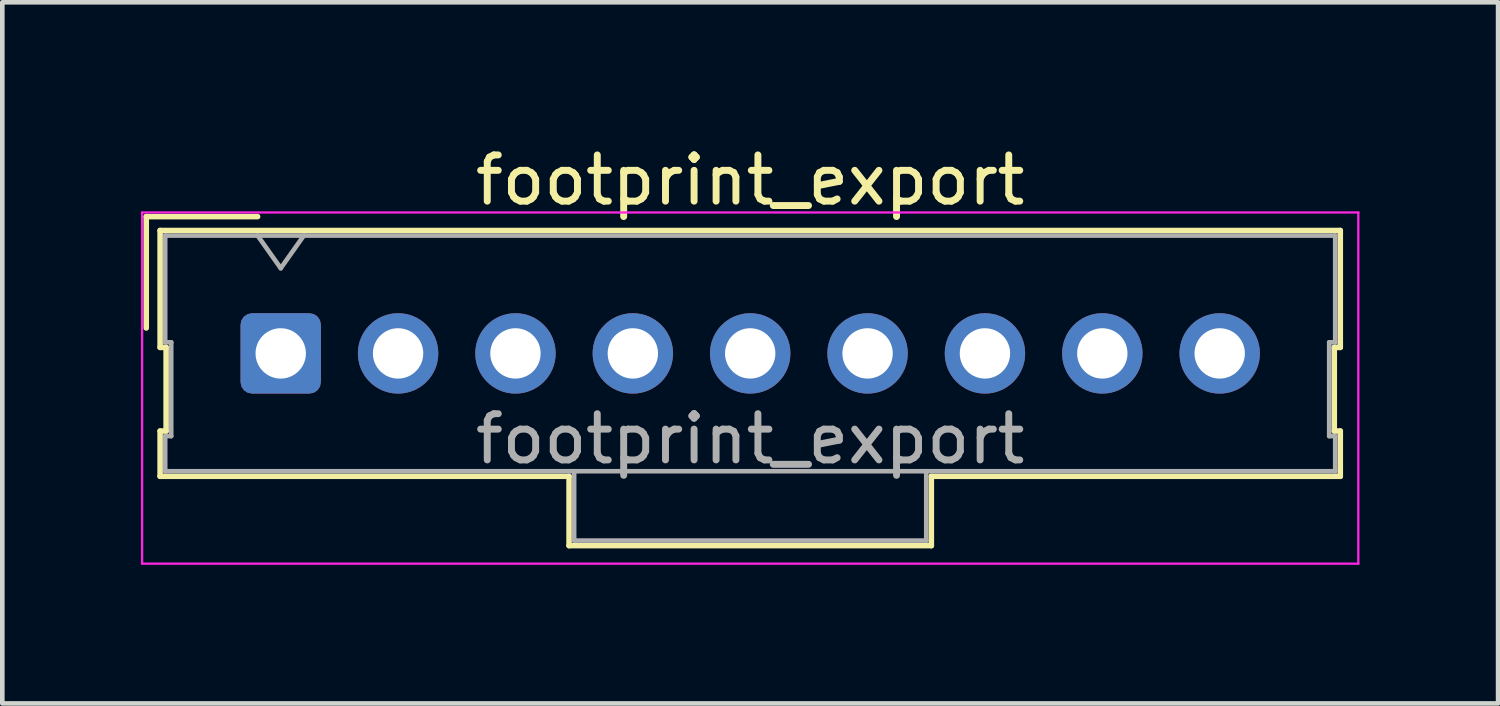
<source format=kicad_pcb>
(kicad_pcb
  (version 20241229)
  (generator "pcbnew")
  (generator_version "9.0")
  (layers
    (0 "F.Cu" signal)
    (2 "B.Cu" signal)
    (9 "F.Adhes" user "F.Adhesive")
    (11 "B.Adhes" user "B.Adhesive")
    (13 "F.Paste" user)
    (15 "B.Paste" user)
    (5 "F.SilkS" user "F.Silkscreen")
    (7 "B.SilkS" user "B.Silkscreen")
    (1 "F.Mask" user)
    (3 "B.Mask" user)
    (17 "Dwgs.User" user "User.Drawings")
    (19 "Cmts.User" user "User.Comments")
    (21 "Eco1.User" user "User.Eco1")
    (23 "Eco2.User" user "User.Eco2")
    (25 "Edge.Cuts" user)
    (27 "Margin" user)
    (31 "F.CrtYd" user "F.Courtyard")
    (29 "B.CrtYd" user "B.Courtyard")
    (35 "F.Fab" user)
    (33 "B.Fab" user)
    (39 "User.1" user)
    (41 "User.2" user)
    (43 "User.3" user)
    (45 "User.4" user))
  (footprint "footprint_export"
    (layer "F.Cu")
    (at 3.025 4.598)
    (property "Reference" "footprint_export" (at 10.16 -3.75 0) (layer "F.SilkS") (effects (font (size 1 1) (thickness 0.15))))
    (attr through_hole)
    (fp_line (start -2.91 -2.96) (end -0.5 -2.96) (stroke (width 0.12) (type solid)) (layer "F.SilkS"))
    (fp_line (start -2.91 -0.55) (end -2.91 -2.96) (stroke (width 0.12) (type solid)) (layer "F.SilkS"))
    (fp_line (start -2.61 -2.66) (end -2.61 -0.13) (stroke (width 0.12) (type solid)) (layer "F.SilkS"))
    (fp_line (start -2.61 -0.13) (end -2.48 -0.13) (stroke (width 0.12) (type solid)) (layer "F.SilkS"))
    (fp_line (start -2.61 1.68) (end -2.61 2.66) (stroke (width 0.12) (type solid)) (layer "F.SilkS"))
    (fp_line (start -2.61 2.66) (end 6.24 2.66) (stroke (width 0.12) (type solid)) (layer "F.SilkS"))
    (fp_line (start -2.48 -0.13) (end -2.48 1.68) (stroke (width 0.12) (type solid)) (layer "F.SilkS"))
    (fp_line (start -2.48 1.68) (end -2.61 1.68) (stroke (width 0.12) (type solid)) (layer "F.SilkS"))
    (fp_line (start 6.24 2.66) (end 6.24 4.16) (stroke (width 0.12) (type solid)) (layer "F.SilkS"))
    (fp_line (start 6.24 4.16) (end 14.08 4.16) (stroke (width 0.12) (type solid)) (layer "F.SilkS"))
    (fp_line (start 14.08 2.66) (end 22.93 2.66) (stroke (width 0.12) (type solid)) (layer "F.SilkS"))
    (fp_line (start 14.08 4.16) (end 14.08 2.66) (stroke (width 0.12) (type solid)) (layer "F.SilkS"))
    (fp_line (start 22.8 -0.13) (end 22.93 -0.13) (stroke (width 0.12) (type solid)) (layer "F.SilkS"))
    (fp_line (start 22.8 1.68) (end 22.8 -0.13) (stroke (width 0.12) (type solid)) (layer "F.SilkS"))
    (fp_line (start 22.93 -2.66) (end -2.61 -2.66) (stroke (width 0.12) (type solid)) (layer "F.SilkS"))
    (fp_line (start 22.93 -0.13) (end 22.93 -2.66) (stroke (width 0.12) (type solid)) (layer "F.SilkS"))
    (fp_line (start 22.93 1.68) (end 22.8 1.68) (stroke (width 0.12) (type solid)) (layer "F.SilkS"))
    (fp_line (start 22.93 2.66) (end 22.93 1.68) (stroke (width 0.12) (type solid)) (layer "F.SilkS"))
    (fp_line (start -3 -3.05) (end -3 4.55) (stroke (width 0.05) (type solid)) (layer "F.CrtYd"))
    (fp_line (start -3 4.55) (end 23.32 4.55) (stroke (width 0.05) (type solid)) (layer "F.CrtYd"))
    (fp_line (start 23.32 -3.05) (end -3 -3.05) (stroke (width 0.05) (type solid)) (layer "F.CrtYd"))
    (fp_line (start 23.32 4.55) (end 23.32 -3.05) (stroke (width 0.05) (type solid)) (layer "F.CrtYd"))
    (fp_line (start -2.5 -2.55) (end -2.5 -0.24) (stroke (width 0.1) (type solid)) (layer "F.Fab"))
    (fp_line (start -2.5 -0.24) (end -2.37 -0.24) (stroke (width 0.1) (type solid)) (layer "F.Fab"))
    (fp_line (start -2.5 1.79) (end -2.5 2.55) (stroke (width 0.1) (type solid)) (layer "F.Fab"))
    (fp_line (start -2.5 2.55) (end 22.82 2.55) (stroke (width 0.1) (type solid)) (layer "F.Fab"))
    (fp_line (start -2.37 -0.24) (end -2.37 1.79) (stroke (width 0.1) (type solid)) (layer "F.Fab"))
    (fp_line (start -2.37 1.79) (end -2.5 1.79) (stroke (width 0.1) (type solid)) (layer "F.Fab"))
    (fp_line (start 0 -1.843) (end -0.5 -2.55) (stroke (width 0.1) (type solid)) (layer "F.Fab"))
    (fp_line (start 0.5 -2.55) (end 0 -1.843) (stroke (width 0.1) (type solid)) (layer "F.Fab"))
    (fp_line (start 6.35 2.55) (end 6.35 4.05) (stroke (width 0.1) (type solid)) (layer "F.Fab"))
    (fp_line (start 6.35 4.05) (end 13.97 4.05) (stroke (width 0.1) (type solid)) (layer "F.Fab"))
    (fp_line (start 13.97 4.05) (end 13.97 2.55) (stroke (width 0.1) (type solid)) (layer "F.Fab"))
    (fp_line (start 22.69 -0.24) (end 22.82 -0.24) (stroke (width 0.1) (type solid)) (layer "F.Fab"))
    (fp_line (start 22.69 1.79) (end 22.69 -0.24) (stroke (width 0.1) (type solid)) (layer "F.Fab"))
    (fp_line (start 22.82 -2.55) (end -2.5 -2.55) (stroke (width 0.1) (type solid)) (layer "F.Fab"))
    (fp_line (start 22.82 -0.24) (end 22.82 -2.55) (stroke (width 0.1) (type solid)) (layer "F.Fab"))
    (fp_line (start 22.82 1.79) (end 22.69 1.79) (stroke (width 0.1) (type solid)) (layer "F.Fab"))
    (fp_line (start 22.82 2.55) (end 22.82 1.79) (stroke (width 0.1) (type solid)) (layer "F.Fab"))
    (fp_text user "${REFERENCE}" (at 10.16 1.85 0) (layer "F.Fab") (effects (font (size 1 1) (thickness 0.15))))
    (pad "1" thru_hole roundrect (at 0 0) (size 1.74 1.74) (drill 1.09) (layers "*.Cu" "*.Mask") (roundrect_rratio 0.144))
    (pad "2" thru_hole circle (at 2.54 0) (size 1.74 1.74) (drill 1.09) (layers "*.Cu" "*.Mask"))
    (pad "3" thru_hole circle (at 5.08 0) (size 1.74 1.74) (drill 1.09) (layers "*.Cu" "*.Mask"))
    (pad "4" thru_hole circle (at 7.62 0) (size 1.74 1.74) (drill 1.09) (layers "*.Cu" "*.Mask"))
    (pad "5" thru_hole circle (at 10.16 0) (size 1.74 1.74) (drill 1.09) (layers "*.Cu" "*.Mask"))
    (pad "6" thru_hole circle (at 12.7 0) (size 1.74 1.74) (drill 1.09) (layers "*.Cu" "*.Mask"))
    (pad "7" thru_hole circle (at 15.24 0) (size 1.74 1.74) (drill 1.09) (layers "*.Cu" "*.Mask"))
    (pad "8" thru_hole circle (at 17.78 0) (size 1.74 1.74) (drill 1.09) (layers "*.Cu" "*.Mask"))
    (pad "9" thru_hole circle (at 20.32 0) (size 1.74 1.74) (drill 1.09) (layers "*.Cu" "*.Mask")))
  (gr_rect
    (start -3 -3)
    (end 29.37 12.173)
    (stroke (width 0.1) (type default))
    (fill no)
    (layer "Edge.Cuts")))
</source>
